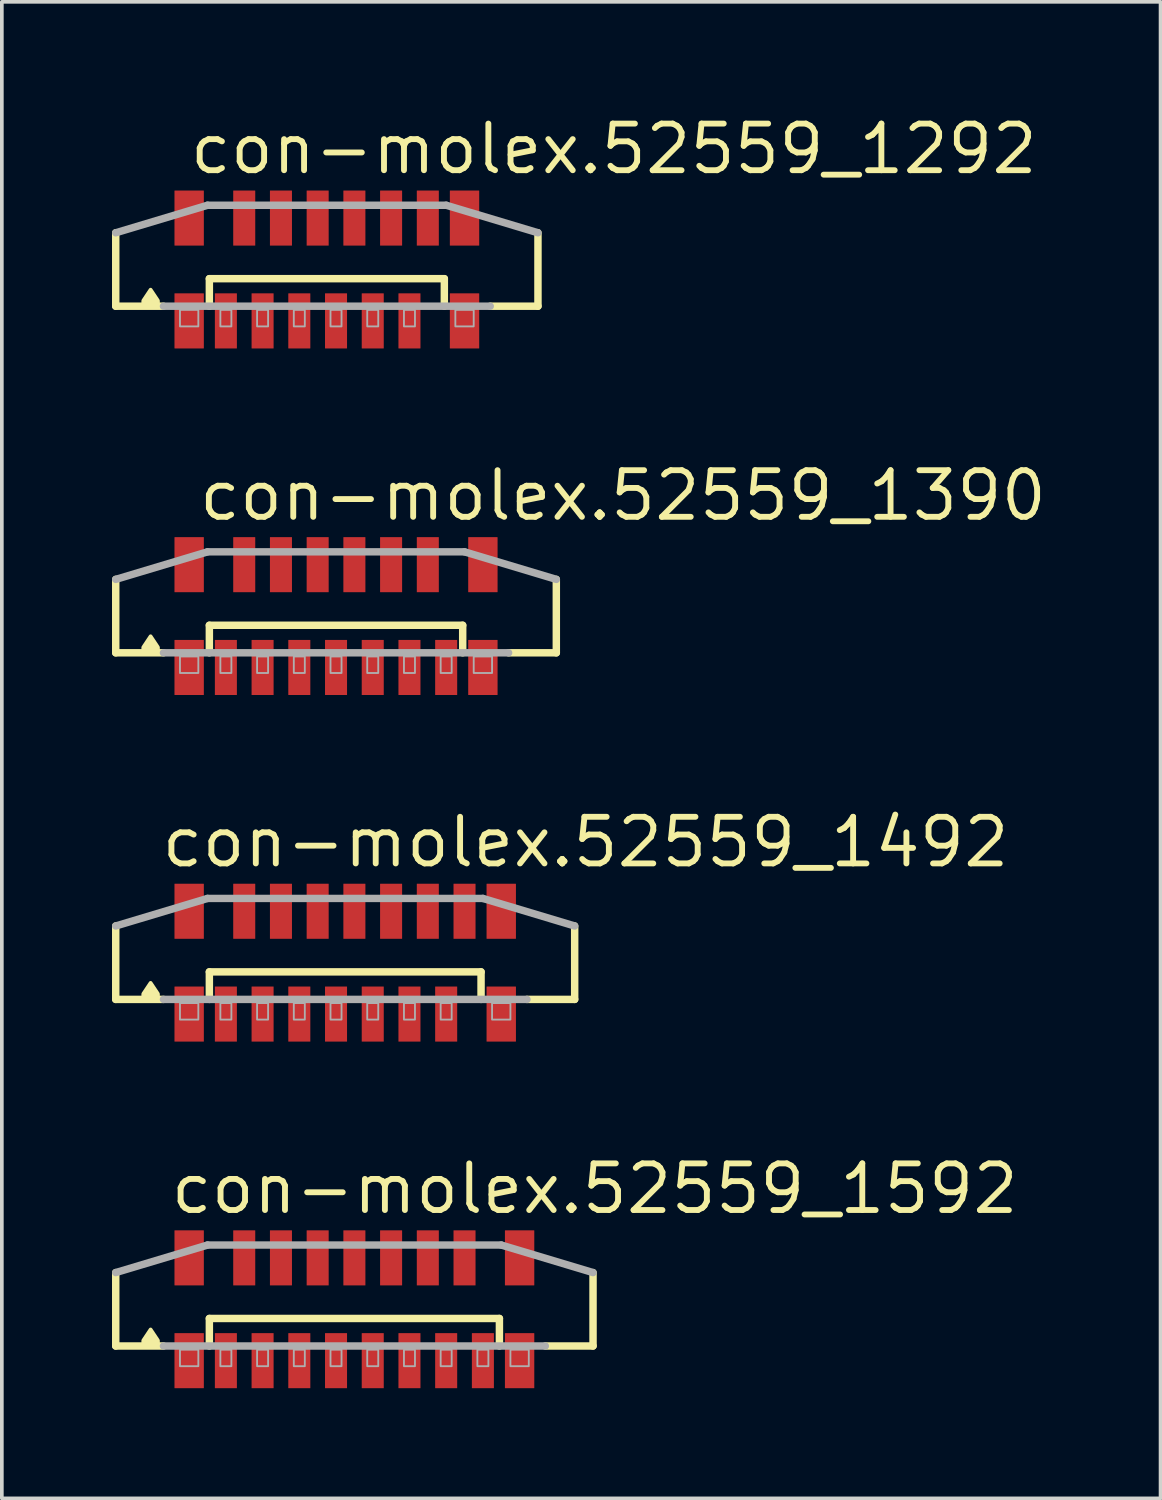
<source format=kicad_pcb>
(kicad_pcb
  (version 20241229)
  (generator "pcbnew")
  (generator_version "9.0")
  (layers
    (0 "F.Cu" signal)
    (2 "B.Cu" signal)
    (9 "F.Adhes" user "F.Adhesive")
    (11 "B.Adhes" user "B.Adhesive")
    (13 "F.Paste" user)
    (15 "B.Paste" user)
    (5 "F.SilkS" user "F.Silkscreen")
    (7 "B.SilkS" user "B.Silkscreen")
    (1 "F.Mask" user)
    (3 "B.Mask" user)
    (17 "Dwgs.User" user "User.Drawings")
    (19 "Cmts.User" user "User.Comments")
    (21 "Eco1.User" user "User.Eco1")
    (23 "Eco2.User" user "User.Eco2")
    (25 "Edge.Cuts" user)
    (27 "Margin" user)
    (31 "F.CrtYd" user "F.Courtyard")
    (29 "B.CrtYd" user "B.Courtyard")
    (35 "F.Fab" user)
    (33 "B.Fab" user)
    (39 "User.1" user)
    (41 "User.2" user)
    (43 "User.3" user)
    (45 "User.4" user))
  (footprint "con-molex.52559_1492"
    (layer "F.Cu")
    (at 6.352 23.17)
    (property "Reference" "con-molex.52559_1492" (at -5.08 -2.54 0) (layer "F.SilkS") (effects (font (size 1.27 1.27) (thickness 0.16)) (justify left bottom)))
    (attr smd)
    (fp_line (start -6.25 1) (end -6.25 -1) (stroke (width 0.203) (type default)) (layer "F.SilkS"))
    (fp_line (start -4.95 1) (end -6.25 1) (stroke (width 0.203) (type default)) (layer "F.SilkS"))
    (fp_line (start -3.7 0.25) (end 3.7 0.25) (stroke (width 0.203) (type default)) (layer "F.SilkS"))
    (fp_line (start -3.7 1) (end -3.7 0.25) (stroke (width 0.203) (type default)) (layer "F.SilkS"))
    (fp_line (start 3.7 0.25) (end 3.7 1) (stroke (width 0.203) (type default)) (layer "F.SilkS"))
    (fp_line (start 6.25 -1) (end 6.25 1) (stroke (width 0.203) (type default)) (layer "F.SilkS"))
    (fp_line (start 6.25 1) (end 4.95 1) (stroke (width 0.203) (type default)) (layer "F.SilkS"))
    (fp_poly (pts (xy -5.1 0.95) (xy -5.1 0.85) (xy -5.3 0.55) (xy -5.5 0.85) (xy -5.5 0.95)) (stroke (width 0.102) (type default)) (fill yes) (layer "F.SilkS"))
    (fp_line (start -6.25 -1) (end -3.75 -1.75) (stroke (width 0.203) (type default)) (layer "F.Fab"))
    (fp_line (start -3.75 -1.75) (end 3.75 -1.75) (stroke (width 0.203) (type default)) (layer "F.Fab"))
    (fp_line (start 3.75 -1.75) (end 6.25 -1) (stroke (width 0.203) (type default)) (layer "F.Fab"))
    (fp_line (start 4.95 1) (end -4.95 1) (stroke (width 0.203) (type default)) (layer "F.Fab"))
    (fp_rect (start -4.5 1.55) (end -4 1.1) (stroke (width 0.05) (type default)) (fill no) (layer "F.Fab"))
    (fp_rect (start -3.4 1.55) (end -3.1 1.1) (stroke (width 0.05) (type default)) (fill no) (layer "F.Fab"))
    (fp_rect (start -2.4 1.55) (end -2.1 1.1) (stroke (width 0.05) (type default)) (fill no) (layer "F.Fab"))
    (fp_rect (start -1.4 1.55) (end -1.1 1.1) (stroke (width 0.05) (type default)) (fill no) (layer "F.Fab"))
    (fp_rect (start -0.4 1.55) (end -0.1 1.1) (stroke (width 0.05) (type default)) (fill no) (layer "F.Fab"))
    (fp_rect (start 0.6 1.55) (end 0.9 1.1) (stroke (width 0.05) (type default)) (fill no) (layer "F.Fab"))
    (fp_rect (start 1.6 1.55) (end 1.9 1.1) (stroke (width 0.05) (type default)) (fill no) (layer "F.Fab"))
    (fp_rect (start 2.6 1.55) (end 2.9 1.1) (stroke (width 0.05) (type default)) (fill no) (layer "F.Fab"))
    (fp_rect (start 4 1.55) (end 4.5 1.1) (stroke (width 0.05) (type default)) (fill no) (layer "F.Fab"))
    (pad "1" smd roundrect (at -3.25 1.4) (size 0.6 1.5) (layers "F.Cu" "F.Mask" "F.Paste") (roundrect_rratio 0.01))
    (pad "2" smd roundrect (at -2.75 -1.4 180) (size 0.6 1.5) (layers "F.Cu" "F.Mask" "F.Paste") (roundrect_rratio 0.01))
    (pad "3" smd roundrect (at -2.25 1.4) (size 0.6 1.5) (layers "F.Cu" "F.Mask" "F.Paste") (roundrect_rratio 0.01))
    (pad "4" smd roundrect (at -1.75 -1.4 180) (size 0.6 1.5) (layers "F.Cu" "F.Mask" "F.Paste") (roundrect_rratio 0.01))
    (pad "5" smd roundrect (at -1.25 1.4) (size 0.6 1.5) (layers "F.Cu" "F.Mask" "F.Paste") (roundrect_rratio 0.01))
    (pad "6" smd roundrect (at -0.75 -1.4 180) (size 0.6 1.5) (layers "F.Cu" "F.Mask" "F.Paste") (roundrect_rratio 0.01))
    (pad "7" smd roundrect (at -0.25 1.4) (size 0.6 1.5) (layers "F.Cu" "F.Mask" "F.Paste") (roundrect_rratio 0.01))
    (pad "8" smd roundrect (at 0.25 -1.4 180) (size 0.6 1.5) (layers "F.Cu" "F.Mask" "F.Paste") (roundrect_rratio 0.01))
    (pad "9" smd roundrect (at 0.75 1.4) (size 0.6 1.5) (layers "F.Cu" "F.Mask" "F.Paste") (roundrect_rratio 0.01))
    (pad "10" smd roundrect (at 1.25 -1.4 180) (size 0.6 1.5) (layers "F.Cu" "F.Mask" "F.Paste") (roundrect_rratio 0.01))
    (pad "11" smd roundrect (at 1.75 1.4) (size 0.6 1.5) (layers "F.Cu" "F.Mask" "F.Paste") (roundrect_rratio 0.01))
    (pad "12" smd roundrect (at 2.25 -1.4 180) (size 0.6 1.5) (layers "F.Cu" "F.Mask" "F.Paste") (roundrect_rratio 0.01))
    (pad "13" smd roundrect (at 2.75 1.4) (size 0.6 1.5) (layers "F.Cu" "F.Mask" "F.Paste") (roundrect_rratio 0.01))
    (pad "14" smd roundrect (at 3.25 -1.4 180) (size 0.6 1.5) (layers "F.Cu" "F.Mask" "F.Paste") (roundrect_rratio 0.01))
    (pad "M1" smd roundrect (at -4.25 1.4) (size 0.8 1.5) (layers "F.Cu" "F.Mask" "F.Paste") (roundrect_rratio 0.01))
    (pad "M2" smd roundrect (at 4.25 1.4) (size 0.8 1.5) (layers "F.Cu" "F.Mask" "F.Paste") (roundrect_rratio 0.01))
    (pad "M3" smd roundrect (at 4.25 -1.4 180) (size 0.8 1.5) (layers "F.Cu" "F.Mask" "F.Paste") (roundrect_rratio 0.01))
    (pad "M4" smd roundrect (at -4.25 -1.4 180) (size 0.8 1.5) (layers "F.Cu" "F.Mask" "F.Paste") (roundrect_rratio 0.01)))
  (footprint "con-molex.52559_1292"
    (layer "F.Cu")
    (at 5.852 4.29)
    (property "Reference" "con-molex.52559_1292" (at -3.81 -2.54 0) (layer "F.SilkS") (effects (font (size 1.27 1.27) (thickness 0.16)) (justify left bottom)))
    (attr smd)
    (fp_line (start -5.75 1) (end -5.75 -1) (stroke (width 0.203) (type default)) (layer "F.SilkS"))
    (fp_line (start -4.45 1) (end -5.75 1) (stroke (width 0.203) (type default)) (layer "F.SilkS"))
    (fp_line (start -3.2 0.25) (end 3.2 0.25) (stroke (width 0.203) (type default)) (layer "F.SilkS"))
    (fp_line (start -3.2 1) (end -3.2 0.25) (stroke (width 0.203) (type default)) (layer "F.SilkS"))
    (fp_line (start 3.2 0.25) (end 3.2 1) (stroke (width 0.203) (type default)) (layer "F.SilkS"))
    (fp_line (start 5.75 -1) (end 5.75 1) (stroke (width 0.203) (type default)) (layer "F.SilkS"))
    (fp_line (start 5.75 1) (end 4.45 1) (stroke (width 0.203) (type default)) (layer "F.SilkS"))
    (fp_poly (pts (xy -4.6 0.95) (xy -4.6 0.85) (xy -4.8 0.55) (xy -5 0.85) (xy -5 0.95)) (stroke (width 0.102) (type default)) (fill yes) (layer "F.SilkS"))
    (fp_line (start -5.75 -1) (end -3.25 -1.75) (stroke (width 0.203) (type default)) (layer "F.Fab"))
    (fp_line (start -3.25 -1.75) (end 3.25 -1.75) (stroke (width 0.203) (type default)) (layer "F.Fab"))
    (fp_line (start 3.25 -1.75) (end 5.75 -1) (stroke (width 0.203) (type default)) (layer "F.Fab"))
    (fp_line (start 4.45 1) (end -4.45 1) (stroke (width 0.203) (type default)) (layer "F.Fab"))
    (fp_rect (start -4 1.55) (end -3.5 1.1) (stroke (width 0.05) (type default)) (fill no) (layer "F.Fab"))
    (fp_rect (start -2.9 1.55) (end -2.6 1.1) (stroke (width 0.05) (type default)) (fill no) (layer "F.Fab"))
    (fp_rect (start -1.9 1.55) (end -1.6 1.1) (stroke (width 0.05) (type default)) (fill no) (layer "F.Fab"))
    (fp_rect (start -0.9 1.55) (end -0.6 1.1) (stroke (width 0.05) (type default)) (fill no) (layer "F.Fab"))
    (fp_rect (start 0.1 1.55) (end 0.4 1.1) (stroke (width 0.05) (type default)) (fill no) (layer "F.Fab"))
    (fp_rect (start 1.1 1.55) (end 1.4 1.1) (stroke (width 0.05) (type default)) (fill no) (layer "F.Fab"))
    (fp_rect (start 2.1 1.55) (end 2.4 1.1) (stroke (width 0.05) (type default)) (fill no) (layer "F.Fab"))
    (fp_rect (start 3.5 1.55) (end 4 1.1) (stroke (width 0.05) (type default)) (fill no) (layer "F.Fab"))
    (pad "1" smd roundrect (at -2.75 1.4) (size 0.6 1.5) (layers "F.Cu" "F.Mask" "F.Paste") (roundrect_rratio 0.01))
    (pad "2" smd roundrect (at -2.25 -1.4 180) (size 0.6 1.5) (layers "F.Cu" "F.Mask" "F.Paste") (roundrect_rratio 0.01))
    (pad "3" smd roundrect (at -1.75 1.4) (size 0.6 1.5) (layers "F.Cu" "F.Mask" "F.Paste") (roundrect_rratio 0.01))
    (pad "4" smd roundrect (at -1.25 -1.4 180) (size 0.6 1.5) (layers "F.Cu" "F.Mask" "F.Paste") (roundrect_rratio 0.01))
    (pad "5" smd roundrect (at -0.75 1.4) (size 0.6 1.5) (layers "F.Cu" "F.Mask" "F.Paste") (roundrect_rratio 0.01))
    (pad "6" smd roundrect (at -0.25 -1.4 180) (size 0.6 1.5) (layers "F.Cu" "F.Mask" "F.Paste") (roundrect_rratio 0.01))
    (pad "7" smd roundrect (at 0.25 1.4) (size 0.6 1.5) (layers "F.Cu" "F.Mask" "F.Paste") (roundrect_rratio 0.01))
    (pad "8" smd roundrect (at 0.75 -1.4 180) (size 0.6 1.5) (layers "F.Cu" "F.Mask" "F.Paste") (roundrect_rratio 0.01))
    (pad "9" smd roundrect (at 1.25 1.4) (size 0.6 1.5) (layers "F.Cu" "F.Mask" "F.Paste") (roundrect_rratio 0.01))
    (pad "10" smd roundrect (at 1.75 -1.4 180) (size 0.6 1.5) (layers "F.Cu" "F.Mask" "F.Paste") (roundrect_rratio 0.01))
    (pad "11" smd roundrect (at 2.25 1.4) (size 0.6 1.5) (layers "F.Cu" "F.Mask" "F.Paste") (roundrect_rratio 0.01))
    (pad "12" smd roundrect (at 2.75 -1.4 180) (size 0.6 1.5) (layers "F.Cu" "F.Mask" "F.Paste") (roundrect_rratio 0.01))
    (pad "M1" smd roundrect (at -3.75 1.4) (size 0.8 1.5) (layers "F.Cu" "F.Mask" "F.Paste") (roundrect_rratio 0.01))
    (pad "M2" smd roundrect (at 3.75 1.4) (size 0.8 1.5) (layers "F.Cu" "F.Mask" "F.Paste") (roundrect_rratio 0.01))
    (pad "M3" smd roundrect (at 3.75 -1.4 180) (size 0.8 1.5) (layers "F.Cu" "F.Mask" "F.Paste") (roundrect_rratio 0.01))
    (pad "M4" smd roundrect (at -3.75 -1.4 180) (size 0.8 1.5) (layers "F.Cu" "F.Mask" "F.Paste") (roundrect_rratio 0.01)))
  (footprint "con-molex.52559_1390"
    (layer "F.Cu")
    (at 6.102 13.73)
    (property "Reference" "con-molex.52559_1390" (at -3.81 -2.54 0) (layer "F.SilkS") (effects (font (size 1.27 1.27) (thickness 0.16)) (justify left bottom)))
    (attr smd)
    (fp_line (start -6 1) (end -6 -1) (stroke (width 0.203) (type default)) (layer "F.SilkS"))
    (fp_line (start -4.7 1) (end -6 1) (stroke (width 0.203) (type default)) (layer "F.SilkS"))
    (fp_line (start -3.45 0.25) (end 3.45 0.25) (stroke (width 0.203) (type default)) (layer "F.SilkS"))
    (fp_line (start -3.45 1) (end -3.45 0.25) (stroke (width 0.203) (type default)) (layer "F.SilkS"))
    (fp_line (start 3.45 0.25) (end 3.45 1) (stroke (width 0.203) (type default)) (layer "F.SilkS"))
    (fp_line (start 6 -1) (end 6 1) (stroke (width 0.203) (type default)) (layer "F.SilkS"))
    (fp_line (start 6 1) (end 4.7 1) (stroke (width 0.203) (type default)) (layer "F.SilkS"))
    (fp_poly (pts (xy -4.85 0.95) (xy -4.85 0.85) (xy -5.05 0.55) (xy -5.25 0.85) (xy -5.25 0.95)) (stroke (width 0.102) (type default)) (fill yes) (layer "F.SilkS"))
    (fp_line (start -6 -1) (end -3.5 -1.75) (stroke (width 0.203) (type default)) (layer "F.Fab"))
    (fp_line (start -3.5 -1.75) (end 3.5 -1.75) (stroke (width 0.203) (type default)) (layer "F.Fab"))
    (fp_line (start 3.5 -1.75) (end 6 -1) (stroke (width 0.203) (type default)) (layer "F.Fab"))
    (fp_line (start 4.7 1) (end -4.7 1) (stroke (width 0.203) (type default)) (layer "F.Fab"))
    (fp_rect (start -4.25 1.55) (end -3.75 1.1) (stroke (width 0.05) (type default)) (fill no) (layer "F.Fab"))
    (fp_rect (start -3.15 1.55) (end -2.85 1.1) (stroke (width 0.05) (type default)) (fill no) (layer "F.Fab"))
    (fp_rect (start -2.15 1.55) (end -1.85 1.1) (stroke (width 0.05) (type default)) (fill no) (layer "F.Fab"))
    (fp_rect (start -1.15 1.55) (end -0.85 1.1) (stroke (width 0.05) (type default)) (fill no) (layer "F.Fab"))
    (fp_rect (start -0.15 1.55) (end 0.15 1.1) (stroke (width 0.05) (type default)) (fill no) (layer "F.Fab"))
    (fp_rect (start 0.85 1.55) (end 1.15 1.1) (stroke (width 0.05) (type default)) (fill no) (layer "F.Fab"))
    (fp_rect (start 1.85 1.55) (end 2.15 1.1) (stroke (width 0.05) (type default)) (fill no) (layer "F.Fab"))
    (fp_rect (start 2.85 1.55) (end 3.15 1.1) (stroke (width 0.05) (type default)) (fill no) (layer "F.Fab"))
    (fp_rect (start 3.75 1.55) (end 4.25 1.1) (stroke (width 0.05) (type default)) (fill no) (layer "F.Fab"))
    (pad "1" smd roundrect (at -3 1.4) (size 0.6 1.5) (layers "F.Cu" "F.Mask" "F.Paste") (roundrect_rratio 0.01))
    (pad "2" smd roundrect (at -2.5 -1.4 180) (size 0.6 1.5) (layers "F.Cu" "F.Mask" "F.Paste") (roundrect_rratio 0.01))
    (pad "3" smd roundrect (at -2 1.4) (size 0.6 1.5) (layers "F.Cu" "F.Mask" "F.Paste") (roundrect_rratio 0.01))
    (pad "4" smd roundrect (at -1.5 -1.4 180) (size 0.6 1.5) (layers "F.Cu" "F.Mask" "F.Paste") (roundrect_rratio 0.01))
    (pad "5" smd roundrect (at -1 1.4) (size 0.6 1.5) (layers "F.Cu" "F.Mask" "F.Paste") (roundrect_rratio 0.01))
    (pad "6" smd roundrect (at -0.5 -1.4 180) (size 0.6 1.5) (layers "F.Cu" "F.Mask" "F.Paste") (roundrect_rratio 0.01))
    (pad "7" smd roundrect (at 0 1.4) (size 0.6 1.5) (layers "F.Cu" "F.Mask" "F.Paste") (roundrect_rratio 0.01))
    (pad "8" smd roundrect (at 0.5 -1.4 180) (size 0.6 1.5) (layers "F.Cu" "F.Mask" "F.Paste") (roundrect_rratio 0.01))
    (pad "9" smd roundrect (at 1 1.4) (size 0.6 1.5) (layers "F.Cu" "F.Mask" "F.Paste") (roundrect_rratio 0.01))
    (pad "10" smd roundrect (at 1.5 -1.4 180) (size 0.6 1.5) (layers "F.Cu" "F.Mask" "F.Paste") (roundrect_rratio 0.01))
    (pad "11" smd roundrect (at 2 1.4) (size 0.6 1.5) (layers "F.Cu" "F.Mask" "F.Paste") (roundrect_rratio 0.01))
    (pad "12" smd roundrect (at 2.5 -1.4 180) (size 0.6 1.5) (layers "F.Cu" "F.Mask" "F.Paste") (roundrect_rratio 0.01))
    (pad "13" smd roundrect (at 3 1.4) (size 0.6 1.5) (layers "F.Cu" "F.Mask" "F.Paste") (roundrect_rratio 0.01))
    (pad "M1" smd roundrect (at -4 1.4) (size 0.8 1.5) (layers "F.Cu" "F.Mask" "F.Paste") (roundrect_rratio 0.01))
    (pad "M2" smd roundrect (at 4 1.4) (size 0.8 1.5) (layers "F.Cu" "F.Mask" "F.Paste") (roundrect_rratio 0.01))
    (pad "M3" smd roundrect (at 4 -1.4 180) (size 0.8 1.5) (layers "F.Cu" "F.Mask" "F.Paste") (roundrect_rratio 0.01))
    (pad "M4" smd roundrect (at -4 -1.4 180) (size 0.8 1.5) (layers "F.Cu" "F.Mask" "F.Paste") (roundrect_rratio 0.01)))
  (footprint "con-molex.52559_1592"
    (layer "F.Cu")
    (at 6.602 32.61)
    (property "Reference" "con-molex.52559_1592" (at -5.08 -2.54 0) (layer "F.SilkS") (effects (font (size 1.27 1.27) (thickness 0.16)) (justify left bottom)))
    (attr smd)
    (fp_line (start -6.5 1) (end -6.5 -1) (stroke (width 0.203) (type default)) (layer "F.SilkS"))
    (fp_line (start -5.2 1) (end -6.5 1) (stroke (width 0.203) (type default)) (layer "F.SilkS"))
    (fp_line (start -3.95 0.25) (end 3.95 0.25) (stroke (width 0.203) (type default)) (layer "F.SilkS"))
    (fp_line (start -3.95 1) (end -3.95 0.25) (stroke (width 0.203) (type default)) (layer "F.SilkS"))
    (fp_line (start 3.95 0.25) (end 3.95 1) (stroke (width 0.203) (type default)) (layer "F.SilkS"))
    (fp_line (start 6.5 -1) (end 6.5 1) (stroke (width 0.203) (type default)) (layer "F.SilkS"))
    (fp_line (start 6.5 1) (end 5.2 1) (stroke (width 0.203) (type default)) (layer "F.SilkS"))
    (fp_poly (pts (xy -5.35 0.95) (xy -5.35 0.85) (xy -5.55 0.55) (xy -5.75 0.85) (xy -5.75 0.95)) (stroke (width 0.102) (type default)) (fill yes) (layer "F.SilkS"))
    (fp_line (start -6.5 -1) (end -4 -1.75) (stroke (width 0.203) (type default)) (layer "F.Fab"))
    (fp_line (start -4 -1.75) (end 4 -1.75) (stroke (width 0.203) (type default)) (layer "F.Fab"))
    (fp_line (start 4 -1.75) (end 6.5 -1) (stroke (width 0.203) (type default)) (layer "F.Fab"))
    (fp_line (start 5.2 1) (end -5.2 1) (stroke (width 0.203) (type default)) (layer "F.Fab"))
    (fp_rect (start -4.75 1.55) (end -4.25 1.1) (stroke (width 0.05) (type default)) (fill no) (layer "F.Fab"))
    (fp_rect (start -3.65 1.55) (end -3.35 1.1) (stroke (width 0.05) (type default)) (fill no) (layer "F.Fab"))
    (fp_rect (start -2.65 1.55) (end -2.35 1.1) (stroke (width 0.05) (type default)) (fill no) (layer "F.Fab"))
    (fp_rect (start -1.65 1.55) (end -1.35 1.1) (stroke (width 0.05) (type default)) (fill no) (layer "F.Fab"))
    (fp_rect (start -0.65 1.55) (end -0.35 1.1) (stroke (width 0.05) (type default)) (fill no) (layer "F.Fab"))
    (fp_rect (start 0.35 1.55) (end 0.65 1.1) (stroke (width 0.05) (type default)) (fill no) (layer "F.Fab"))
    (fp_rect (start 1.35 1.55) (end 1.65 1.1) (stroke (width 0.05) (type default)) (fill no) (layer "F.Fab"))
    (fp_rect (start 2.35 1.55) (end 2.65 1.1) (stroke (width 0.05) (type default)) (fill no) (layer "F.Fab"))
    (fp_rect (start 3.35 1.55) (end 3.65 1.1) (stroke (width 0.05) (type default)) (fill no) (layer "F.Fab"))
    (fp_rect (start 4.25 1.55) (end 4.75 1.1) (stroke (width 0.05) (type default)) (fill no) (layer "F.Fab"))
    (pad "1" smd roundrect (at -3.5 1.4) (size 0.6 1.5) (layers "F.Cu" "F.Mask" "F.Paste") (roundrect_rratio 0.01))
    (pad "2" smd roundrect (at -3 -1.4 180) (size 0.6 1.5) (layers "F.Cu" "F.Mask" "F.Paste") (roundrect_rratio 0.01))
    (pad "3" smd roundrect (at -2.5 1.4) (size 0.6 1.5) (layers "F.Cu" "F.Mask" "F.Paste") (roundrect_rratio 0.01))
    (pad "4" smd roundrect (at -2 -1.4 180) (size 0.6 1.5) (layers "F.Cu" "F.Mask" "F.Paste") (roundrect_rratio 0.01))
    (pad "5" smd roundrect (at -1.5 1.4) (size 0.6 1.5) (layers "F.Cu" "F.Mask" "F.Paste") (roundrect_rratio 0.01))
    (pad "6" smd roundrect (at -1 -1.4 180) (size 0.6 1.5) (layers "F.Cu" "F.Mask" "F.Paste") (roundrect_rratio 0.01))
    (pad "7" smd roundrect (at -0.5 1.4) (size 0.6 1.5) (layers "F.Cu" "F.Mask" "F.Paste") (roundrect_rratio 0.01))
    (pad "8" smd roundrect (at 0 -1.4 180) (size 0.6 1.5) (layers "F.Cu" "F.Mask" "F.Paste") (roundrect_rratio 0.01))
    (pad "9" smd roundrect (at 0.5 1.4) (size 0.6 1.5) (layers "F.Cu" "F.Mask" "F.Paste") (roundrect_rratio 0.01))
    (pad "10" smd roundrect (at 1 -1.4 180) (size 0.6 1.5) (layers "F.Cu" "F.Mask" "F.Paste") (roundrect_rratio 0.01))
    (pad "11" smd roundrect (at 1.5 1.4) (size 0.6 1.5) (layers "F.Cu" "F.Mask" "F.Paste") (roundrect_rratio 0.01))
    (pad "12" smd roundrect (at 2 -1.4 180) (size 0.6 1.5) (layers "F.Cu" "F.Mask" "F.Paste") (roundrect_rratio 0.01))
    (pad "13" smd roundrect (at 2.5 1.4) (size 0.6 1.5) (layers "F.Cu" "F.Mask" "F.Paste") (roundrect_rratio 0.01))
    (pad "14" smd roundrect (at 3 -1.4 180) (size 0.6 1.5) (layers "F.Cu" "F.Mask" "F.Paste") (roundrect_rratio 0.01))
    (pad "15" smd roundrect (at 3.5 1.4) (size 0.6 1.5) (layers "F.Cu" "F.Mask" "F.Paste") (roundrect_rratio 0.01))
    (pad "M1" smd roundrect (at -4.5 1.4) (size 0.8 1.5) (layers "F.Cu" "F.Mask" "F.Paste") (roundrect_rratio 0.01))
    (pad "M2" smd roundrect (at 4.5 1.4) (size 0.8 1.5) (layers "F.Cu" "F.Mask" "F.Paste") (roundrect_rratio 0.01))
    (pad "M3" smd roundrect (at 4.5 -1.4 180) (size 0.8 1.5) (layers "F.Cu" "F.Mask" "F.Paste") (roundrect_rratio 0.01))
    (pad "M4" smd roundrect (at -4.5 -1.4 180) (size 0.8 1.5) (layers "F.Cu" "F.Mask" "F.Paste") (roundrect_rratio 0.01)))
  (gr_rect
    (start -3 -3)
    (end 28.559 37.76)
    (stroke (width 0.1) (type default))
    (fill no)
    (layer "Edge.Cuts")))
</source>
